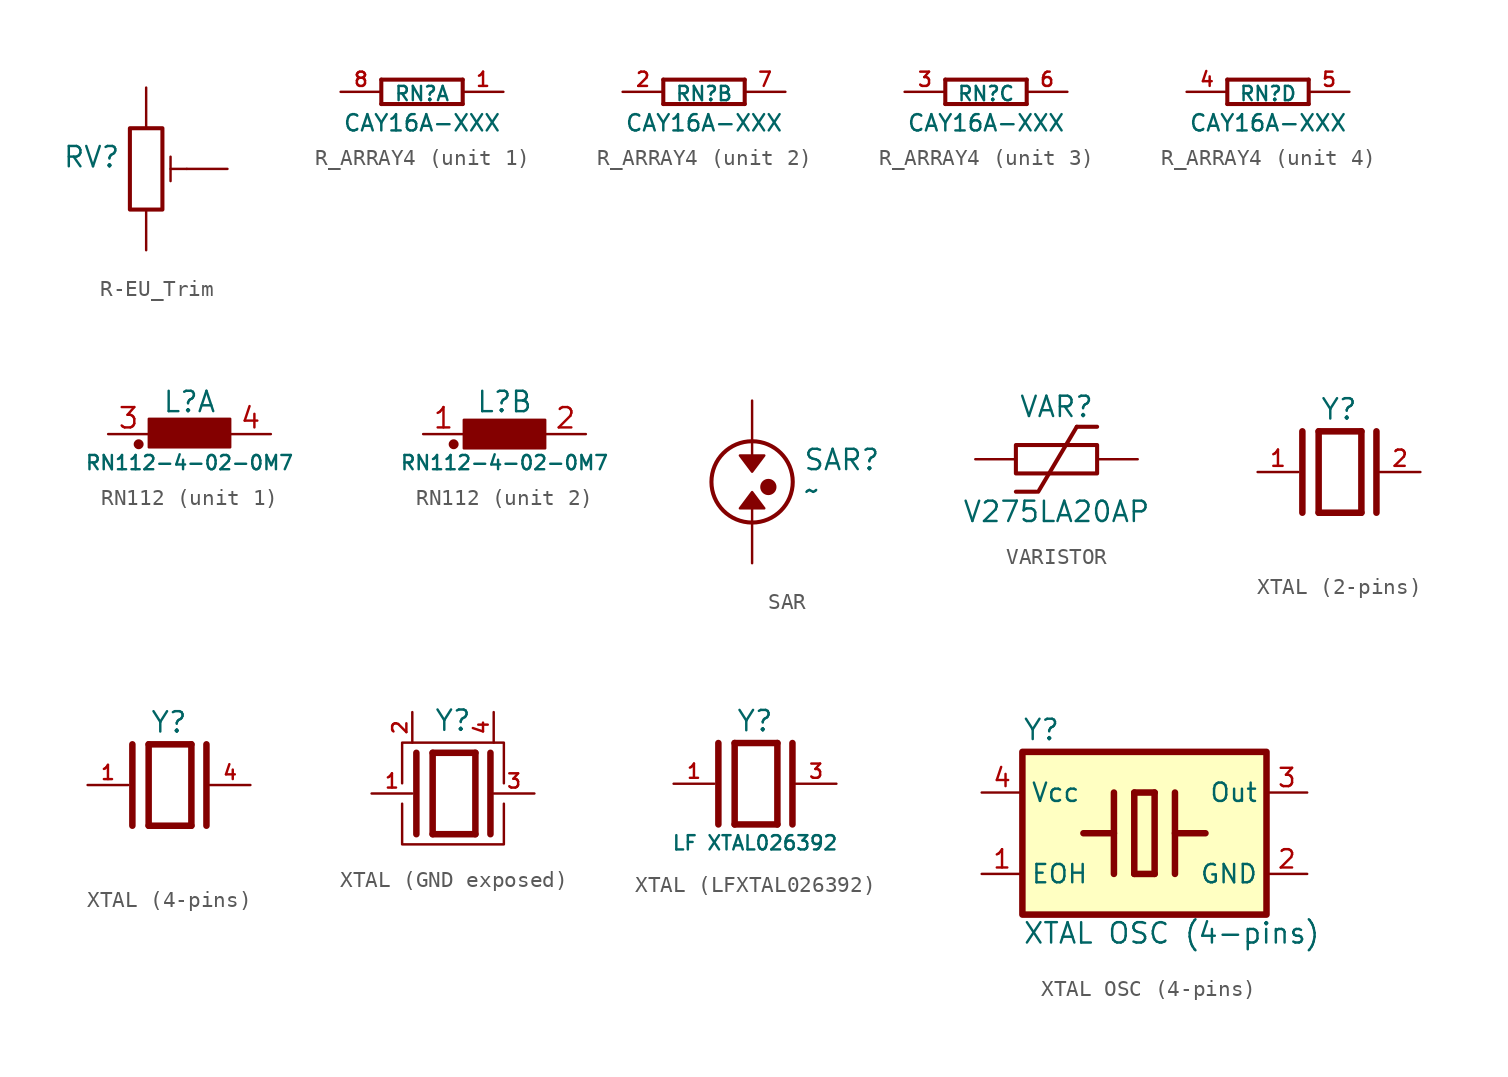
<source format=kicad_sym>
(kicad_symbol_lib
  (version 20241209)
  (generator "kicad_symbol_editor")
  (generator_version "9.0")
  (symbol "R-EU_Trim"
    (pin_names
      (offset 1.016)
      (hide yes))
    (property "Reference" "RV"
      (at -1.587 0 0)
      (effects (font (size 1.27 1.27)) (justify right bottom)))
    (property "Value" ""
      (at -2.54 -1.143 0)
      (effects (font (size 1.27 1.27)) (justify right)))
    (symbol "R-EU_Trim_0_1"
      (rectangle (start 1.016 2.54) (end -1.016 -2.54) (stroke (width 0.254) (type default)) (fill (type none)))
      (polyline (pts (xy 1.524 0.762) (xy 1.524 -0.762)) (stroke (width 0) (type default)) (fill (type none)))
      (polyline (pts (xy 2.54 0) (xy 1.524 0)) (stroke (width 0) (type default)) (fill (type none))))
    (symbol "R-EU_Trim_1_1"
      (pin passive line (at 0 5.08 270) (length 2.54) (name "1" (effects (font (size 1.27 1.27)))) (number "1" (effects (font (size 0 0)))))
      (pin passive line (at 0 -5.08 90) (length 2.54) (name "3" (effects (font (size 1.27 1.27)))) (number "3" (effects (font (size 0 0)))))
      (pin passive line (at 5.08 0 180) (length 2.54) (name "2" (effects (font (size 1.27 1.27)))) (number "2" (effects (font (size 0 0)))))))
  (symbol "R_ARRAY4"
    (property "Reference" "RN"
      (at 0 -0.635 0)
      (do_not_autoplace)
      (effects (font (size 0.889 0.889)) (justify bottom)))
    (property "Value" "CAY16A-XXX"
      (at 0 -2.54 0)
      (do_not_autoplace)
      (effects (font (size 1.016 1.016)) (justify bottom)))
    (property "ki_locked" ""
      (at 0 0 0)
      (effects (font (size 1.27 1.27))))
    (symbol "R_ARRAY4_1_0"
      (polyline (pts (xy -2.54 0.762) (xy -2.54 -0.762)) (stroke (width 0.254) (type solid)) (fill (type none)))
      (polyline (pts (xy -2.54 -0.762) (xy 2.54 -0.762)) (stroke (width 0.254) (type solid)) (fill (type none)))
      (polyline (pts (xy 2.54 0.762) (xy -2.54 0.762)) (stroke (width 0.254) (type solid)) (fill (type none)))
      (polyline (pts (xy 2.54 -0.762) (xy 2.54 0.762)) (stroke (width 0.254) (type solid)) (fill (type none)))
      (pin passive line (at -5.08 0 0) (length 2.54) (name "2" (effects (font (size 0 0)))) (number "8" (effects (font (size 0.889 0.889)))))
      (pin passive line (at 5.08 0 180) (length 2.54) (name "1" (effects (font (size 0 0)))) (number "1" (effects (font (size 0.889 0.889))))))
    (symbol "R_ARRAY4_2_0"
      (polyline (pts (xy -2.54 0.762) (xy -2.54 -0.762)) (stroke (width 0.254) (type solid)) (fill (type none)))
      (polyline (pts (xy -2.54 -0.762) (xy 2.54 -0.762)) (stroke (width 0.254) (type solid)) (fill (type none)))
      (polyline (pts (xy 2.54 0.762) (xy -2.54 0.762)) (stroke (width 0.254) (type solid)) (fill (type none)))
      (polyline (pts (xy 2.54 -0.762) (xy 2.54 0.762)) (stroke (width 0.254) (type solid)) (fill (type none)))
      (pin passive line (at -5.08 0 0) (length 2.54) (name "1" (effects (font (size 0 0)))) (number "2" (effects (font (size 0.889 0.889)))))
      (pin passive line (at 5.08 0 180) (length 2.54) (name "2" (effects (font (size 0 0)))) (number "7" (effects (font (size 0.889 0.889))))))
    (symbol "R_ARRAY4_3_0"
      (polyline (pts (xy -2.54 0.762) (xy -2.54 -0.762)) (stroke (width 0.254) (type solid)) (fill (type none)))
      (polyline (pts (xy -2.54 -0.762) (xy 2.54 -0.762)) (stroke (width 0.254) (type solid)) (fill (type none)))
      (polyline (pts (xy 2.54 0.762) (xy -2.54 0.762)) (stroke (width 0.254) (type solid)) (fill (type none)))
      (polyline (pts (xy 2.54 -0.762) (xy 2.54 0.762)) (stroke (width 0.254) (type solid)) (fill (type none)))
      (pin passive line (at -5.08 0 0) (length 2.54) (name "1" (effects (font (size 0 0)))) (number "3" (effects (font (size 0.889 0.889)))))
      (pin passive line (at 5.08 0 180) (length 2.54) (name "2" (effects (font (size 0 0)))) (number "6" (effects (font (size 0.889 0.889))))))
    (symbol "R_ARRAY4_4_0"
      (polyline (pts (xy -2.54 0.762) (xy -2.54 -0.762)) (stroke (width 0.254) (type solid)) (fill (type none)))
      (polyline (pts (xy -2.54 -0.762) (xy 2.54 -0.762)) (stroke (width 0.254) (type solid)) (fill (type none)))
      (polyline (pts (xy 2.54 0.762) (xy -2.54 0.762)) (stroke (width 0.254) (type solid)) (fill (type none)))
      (polyline (pts (xy 2.54 -0.762) (xy 2.54 0.762)) (stroke (width 0.254) (type solid)) (fill (type none)))
      (pin passive line (at -5.08 0 0) (length 2.54) (name "1" (effects (font (size 0 0)))) (number "4" (effects (font (size 0.889 0.889)))))
      (pin passive line (at 5.08 0 180) (length 2.54) (name "2" (effects (font (size 0 0)))) (number "5" (effects (font (size 0.889 0.889)))))))
  (symbol "RN112"
    (property "Reference" "L"
      (at 0 1.27 0)
      (effects (font (size 1.27 1.27)) (justify bottom)))
    (property "Value" "RN112-4-02-0M7"
      (at 0 -1.27 0)
      (effects (font (size 0.889 0.889)) (justify top)))
    (property "ki_locked" ""
      (at 0 0 0)
      (effects (font (size 1.27 1.27))))
    (symbol "RN112_0_1"
      (circle (center -3.175 -0.635) (radius 0.234) (stroke (width 0) (type default)) (fill (type outline))))
    (symbol "RN112_1_0"
      (rectangle (start -2.54 0.953) (end 2.54 -0.826) (stroke (width 0) (type default)) (fill (type outline)))
      (pin passive line (at -5.08 0 0) (length 2.54) (name "1" (effects (font (size 0 0)))) (number "3" (effects (font (size 1.27 1.27)))))
      (pin passive line (at 5.08 0 180) (length 2.54) (name "2" (effects (font (size 0 0)))) (number "4" (effects (font (size 1.27 1.27))))))
    (symbol "RN112_2_0"
      (rectangle (start -2.54 0.889) (end 2.54 -0.889) (stroke (width 0) (type default)) (fill (type outline)))
      (pin passive line (at -5.08 0 0) (length 2.54) (name "1" (effects (font (size 0 0)))) (number "1" (effects (font (size 1.27 1.27)))))
      (pin passive line (at 5.08 0 180) (length 2.54) (name "2" (effects (font (size 0 0)))) (number "2" (effects (font (size 1.27 1.27)))))))
  (symbol "SAR"
    (property "Reference" "SAR"
      (at 3.175 0.635 0)
      (effects (font (size 1.27 1.27)) (justify left bottom)))
    (property "Value" "~"
      (at 3.175 -1.27 0)
      (effects (font (size 1.27 1.27)) (justify left bottom)))
    (symbol "SAR_1_0"
      (polyline (pts (xy 0 2.54) (xy 0 1.587)) (stroke (width 0.152) (type solid)) (fill (type none)))
      (circle (center 0 0) (radius 2.54) (stroke (width 0.254) (type solid)) (fill (type none)))
      (polyline (pts (xy 0 -1.587) (xy 0 -2.54)) (stroke (width 0.152) (type solid)) (fill (type none)))
      (circle (center 1.016 -0.318) (radius 0.254) (stroke (width 0.508) (type solid)) (fill (type none)))
      (pin passive line (at 0 5.08 270) (length 2.54) (name "P$1" (effects (font (size 0 0)))) (number "1" (effects (font (size 0 0)))))
      (pin passive line (at 0 -5.08 90) (length 2.54) (name "P$2" (effects (font (size 0 0)))) (number "2" (effects (font (size 0 0))))))
    (symbol "SAR_1_1"
      (polyline (pts (xy -0.762 1.651) (xy 0.762 1.651) (xy 0 0.635) (xy -0.762 1.651)) (stroke (width 0) (type default)) (fill (type outline)))
      (polyline (pts (xy 0.762 -1.651) (xy -0.762 -1.651) (xy 0 -0.635) (xy 0.762 -1.651)) (stroke (width 0) (type default)) (fill (type outline)))))
  (symbol "VARISTOR"
    (property "Reference" "VAR"
      (at 0 2.54 0)
      (effects (font (size 1.27 1.27)) (justify bottom)))
    (property "Value" "V275LA20AP"
      (at 0 -2.54 0)
      (effects (font (size 1.27 1.27)) (justify top)))
    (symbol "VARISTOR_1_0"
      (polyline (pts (xy -2.54 -2.032) (xy -1.27 -2.032)) (stroke (width 0.254) (type solid)) (fill (type none)))
      (polyline (pts (xy -1.143 -2.032) (xy 1.27 2.032)) (stroke (width 0.254) (type solid)) (fill (type none)))
      (polyline (pts (xy 1.27 2.032) (xy 2.54 2.032)) (stroke (width 0.254) (type solid)) (fill (type none)))
      (pin passive line (at -5.08 0 0) (length 2.54) (name "1" (effects (font (size 0 0)))) (number "1" (effects (font (size 0 0)))))
      (pin passive line (at 5.08 0 180) (length 2.54) (name "2" (effects (font (size 0 0)))) (number "2" (effects (font (size 0 0))))))
    (symbol "VARISTOR_1_1"
      (rectangle (start -2.54 0.889) (end 2.54 -0.889) (stroke (width 0.254) (type default)) (fill (type none)))))
  (symbol "XTAL (2-pins)"
    (property "Reference" "Y"
      (at 0 3.175 0)
      (effects (font (size 1.27 1.27)) (justify bottom)))
    (property "Value" ""
      (at -5.08 -5.08 0)
      (effects (font (size 1.778 1.511)) (justify left bottom)))
    (symbol "XTAL (2-pins)_1_0"
      (polyline (pts (xy -2.286 2.54) (xy -2.286 -2.54)) (stroke (width 0.406) (type solid)) (fill (type none)))
      (polyline (pts (xy -1.27 2.54) (xy -1.27 -2.54)) (stroke (width 0.406) (type solid)) (fill (type none)))
      (polyline (pts (xy -1.27 2.54) (xy 1.397 2.54)) (stroke (width 0.406) (type solid)) (fill (type none)))
      (polyline (pts (xy 1.397 2.54) (xy 1.397 -2.54)) (stroke (width 0.406) (type solid)) (fill (type none)))
      (polyline (pts (xy 1.397 -2.54) (xy -1.27 -2.54)) (stroke (width 0.406) (type solid)) (fill (type none)))
      (polyline (pts (xy 2.337 2.54) (xy 2.337 -2.54)) (stroke (width 0.406) (type solid)) (fill (type none)))
      (pin passive line (at -5.08 0 0) (length 2.54) (name "1" (effects (font (size 0 0)))) (number "1" (effects (font (size 1.016 1.016)))))
      (pin passive line (at 5.08 0 180) (length 2.54) (name "2" (effects (font (size 0 0)))) (number "2" (effects (font (size 1.016 1.016)))))))
  (symbol "XTAL (4-pins)"
    (property "Reference" "Y"
      (at 0 3.175 0)
      (effects (font (size 1.27 1.27)) (justify bottom)))
    (property "Value" ""
      (at -5.08 -5.08 0)
      (effects (font (size 1.778 1.511)) (justify left bottom)))
    (symbol "XTAL (4-pins)_1_0"
      (polyline (pts (xy -2.286 2.54) (xy -2.286 -2.54)) (stroke (width 0.406) (type solid)) (fill (type none)))
      (polyline (pts (xy -1.27 2.54) (xy -1.27 -2.54)) (stroke (width 0.406) (type solid)) (fill (type none)))
      (polyline (pts (xy -1.27 2.54) (xy 1.397 2.54)) (stroke (width 0.406) (type solid)) (fill (type none)))
      (polyline (pts (xy 1.397 2.54) (xy 1.397 -2.54)) (stroke (width 0.406) (type solid)) (fill (type none)))
      (polyline (pts (xy 1.397 -2.54) (xy -1.27 -2.54)) (stroke (width 0.406) (type solid)) (fill (type none)))
      (polyline (pts (xy 2.337 2.54) (xy 2.337 -2.54)) (stroke (width 0.406) (type solid)) (fill (type none)))
      (pin passive line (at -5.08 0 0) (length 2.54) (name "1" (effects (font (size 0 0)))) (number "1" (effects (font (size 0.889 0.889)))))
      (pin passive line (at 5.08 0 180) (length 2.54) (name "4" (effects (font (size 0 0)))) (number "4" (effects (font (size 0.889 0.889)))))))
  (symbol "XTAL (GND exposed)"
    (property "Reference" "Y"
      (at 0 3.81 0)
      (effects (font (size 1.27 1.27)) (justify bottom)))
    (property "Value" ""
      (at 0 -3.175 0)
      (effects (font (size 0.889 0.889)) (justify top)))
    (symbol "XTAL (GND exposed)_0_1"
      (polyline (pts (xy -3.175 0.635) (xy -3.175 3.175) (xy 3.175 3.175) (xy 3.175 0.635)) (stroke (width 0) (type default)) (fill (type none)))
      (polyline (pts (xy 3.175 -0.635) (xy 3.175 -3.175) (xy -3.175 -3.175) (xy -3.175 -0.635)) (stroke (width 0) (type default)) (fill (type none))))
    (symbol "XTAL (GND exposed)_1_0"
      (polyline (pts (xy -2.286 2.54) (xy -2.286 -2.54)) (stroke (width 0.406) (type solid)) (fill (type none)))
      (polyline (pts (xy -1.27 2.54) (xy -1.27 -2.54)) (stroke (width 0.406) (type solid)) (fill (type none)))
      (polyline (pts (xy -1.27 2.54) (xy 1.397 2.54)) (stroke (width 0.406) (type solid)) (fill (type none)))
      (polyline (pts (xy 1.397 2.54) (xy 1.397 -2.54)) (stroke (width 0.406) (type solid)) (fill (type none)))
      (polyline (pts (xy 1.397 -2.54) (xy -1.27 -2.54)) (stroke (width 0.406) (type solid)) (fill (type none)))
      (polyline (pts (xy 2.337 2.54) (xy 2.337 -2.54)) (stroke (width 0.406) (type solid)) (fill (type none)))
      (pin passive line (at -5.08 0 0) (length 2.54) (name "1" (effects (font (size 0 0)))) (number "1" (effects (font (size 0.889 0.889)))))
      (pin passive line (at -2.54 5.08 270) (length 1.905) (name "NC" (effects (font (size 0 0)))) (number "2" (effects (font (size 0.889 0.889)))))
      (pin passive line (at 2.54 5.08 270) (length 1.905) (name "NC" (effects (font (size 0 0)))) (number "4" (effects (font (size 0.889 0.889)))))
      (pin passive line (at 5.08 0 180) (length 2.54) (name "3" (effects (font (size 0 0)))) (number "3" (effects (font (size 0.889 0.889)))))))
  (symbol "XTAL (LFXTAL026392)"
    (property "Reference" "Y"
      (at 0 3.175 0)
      (effects (font (size 1.27 1.27)) (justify bottom)))
    (property "Value" "LF XTAL026392"
      (at 0 -3.175 0)
      (effects (font (size 0.889 0.889)) (justify top)))
    (symbol "XTAL (LFXTAL026392)_1_0"
      (polyline (pts (xy -2.286 2.54) (xy -2.286 -2.54)) (stroke (width 0.406) (type solid)) (fill (type none)))
      (polyline (pts (xy -1.27 2.54) (xy -1.27 -2.54)) (stroke (width 0.406) (type solid)) (fill (type none)))
      (polyline (pts (xy -1.27 2.54) (xy 1.397 2.54)) (stroke (width 0.406) (type solid)) (fill (type none)))
      (polyline (pts (xy 1.397 2.54) (xy 1.397 -2.54)) (stroke (width 0.406) (type solid)) (fill (type none)))
      (polyline (pts (xy 1.397 -2.54) (xy -1.27 -2.54)) (stroke (width 0.406) (type solid)) (fill (type none)))
      (polyline (pts (xy 2.337 2.54) (xy 2.337 -2.54)) (stroke (width 0.406) (type solid)) (fill (type none)))
      (pin passive line (at -5.08 0 0) (length 2.54) (name "1" (effects (font (size 0 0)))) (number "1" (effects (font (size 0.889 0.889)))))
      (pin no_connect line (at -1.27 2.54 270) (length 0) (hide yes) (name "NC" (effects (font (size 0 0)))) (number "2" (effects (font (size 0.889 0.889)))))
      (pin no_connect line (at 1.27 2.54 270) (length 0) (hide yes) (name "NC" (effects (font (size 0 0)))) (number "4" (effects (font (size 0.889 0.889)))))
      (pin passive line (at 5.08 0 180) (length 2.54) (name "3" (effects (font (size 0 0)))) (number "3" (effects (font (size 0.889 0.889)))))))
  (symbol "XTAL OSC (4-pins)"
    (property "Reference" "Y"
      (at -7.62 5.715 0)
      (effects (font (size 1.27 1.27)) (justify left bottom)))
    (property "Value" "XTAL OSC (4-pins)"
      (at -7.62 -6.985 0)
      (effects (font (size 1.27 1.27)) (justify left bottom)))
    (symbol "XTAL OSC (4-pins)_1_0"
      (polyline (pts (xy -3.81 0) (xy -1.905 0)) (stroke (width 0.406) (type solid)) (fill (type none)))
      (polyline (pts (xy -1.905 2.54) (xy -1.905 -2.54)) (stroke (width 0.406) (type solid)) (fill (type none)))
      (polyline (pts (xy -0.635 2.54) (xy -0.635 -2.54)) (stroke (width 0.406) (type solid)) (fill (type none)))
      (polyline (pts (xy -0.635 2.54) (xy 0.635 2.54)) (stroke (width 0.406) (type solid)) (fill (type none)))
      (polyline (pts (xy 0.635 2.54) (xy 0.635 -2.54)) (stroke (width 0.406) (type solid)) (fill (type none)))
      (polyline (pts (xy 0.635 -2.54) (xy -0.635 -2.54)) (stroke (width 0.406) (type solid)) (fill (type none)))
      (polyline (pts (xy 1.905 2.54) (xy 1.905 -2.54)) (stroke (width 0.406) (type solid)) (fill (type none)))
      (polyline (pts (xy 1.905 0) (xy 3.81 0)) (stroke (width 0.406) (type solid)) (fill (type none)))
      (pin power_in line (at -10.16 2.54 0) (length 2.54) (name "Vcc" (effects (font (size 1.143 1.143)))) (number "4" (effects (font (size 1.143 1.143)))))
      (pin input line (at -10.16 -2.54 0) (length 2.54) (name "EOH" (effects (font (size 1.143 1.143)))) (number "1" (effects (font (size 1.143 1.143)))))
      (pin output line (at 10.16 2.54 180) (length 2.54) (name "Out" (effects (font (size 1.143 1.143)))) (number "3" (effects (font (size 1.143 1.143)))))
      (pin passive line (at 10.16 -2.54 180) (length 2.54) (name "GND" (effects (font (size 1.143 1.143)))) (number "2" (effects (font (size 1.143 1.143))))))
    (symbol "XTAL OSC (4-pins)_1_1"
      (rectangle (start -7.62 5.08) (end 7.62 -5.08) (stroke (width 0.406) (type default)) (fill (type background))))))
</source>
